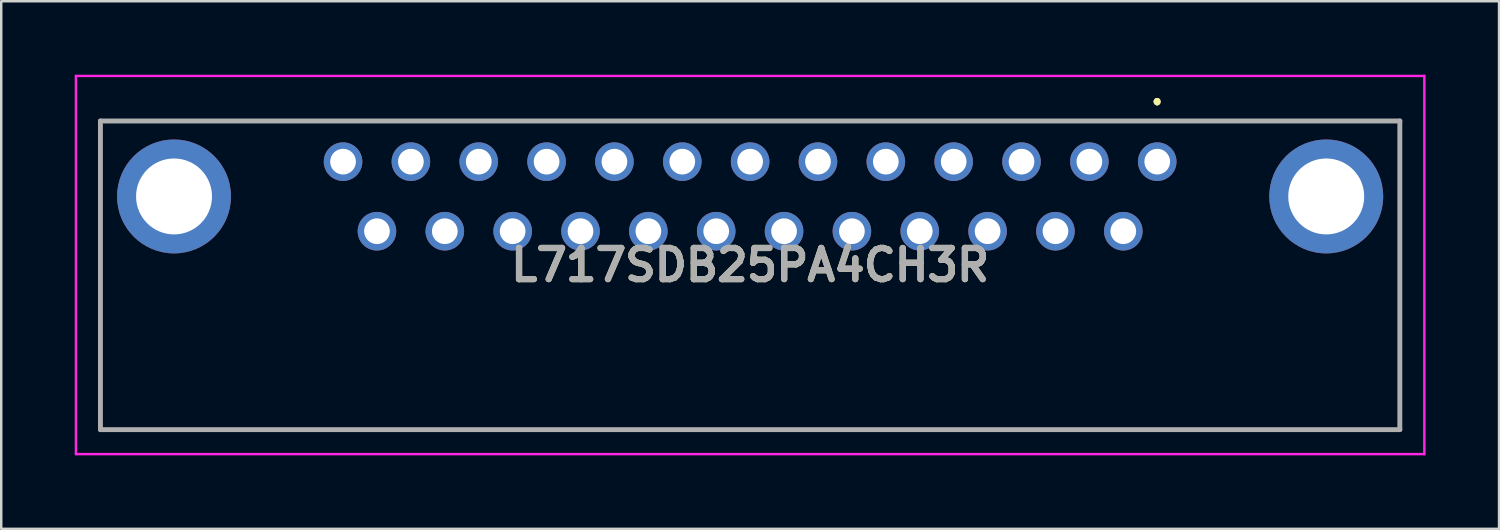
<source format=kicad_pcb>
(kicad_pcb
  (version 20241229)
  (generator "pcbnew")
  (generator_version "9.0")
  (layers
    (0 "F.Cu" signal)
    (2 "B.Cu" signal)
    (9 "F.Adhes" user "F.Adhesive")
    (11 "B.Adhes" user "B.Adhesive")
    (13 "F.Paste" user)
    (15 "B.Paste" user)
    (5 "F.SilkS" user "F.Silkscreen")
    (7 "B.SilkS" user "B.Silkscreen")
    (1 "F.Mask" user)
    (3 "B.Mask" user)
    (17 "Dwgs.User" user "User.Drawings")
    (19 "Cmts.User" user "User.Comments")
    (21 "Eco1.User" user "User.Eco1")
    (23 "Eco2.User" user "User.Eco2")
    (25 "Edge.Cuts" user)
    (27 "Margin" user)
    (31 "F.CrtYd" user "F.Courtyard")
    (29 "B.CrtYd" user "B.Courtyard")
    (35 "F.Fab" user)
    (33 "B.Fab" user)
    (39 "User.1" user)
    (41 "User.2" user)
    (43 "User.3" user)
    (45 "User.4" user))
  (footprint "L717SDB25PA4CH3R"
    (layer "F.Cu")
    (at 44.195 3.55)
    (property "Reference" "L717SDB25PA4CH3R" (at -16.62 4.22 0) (layer "F.SilkS") (effects (font (size 1.27 1.27) (thickness 0.254))))
    (attr through_hole)
    (fp_line (start -43.145 -1.66) (end 9.905 -1.66) (stroke (width 0.1) (type solid)) (layer "F.SilkS"))
    (fp_line (start -43.145 10.94) (end -43.145 -1.66) (stroke (width 0.1) (type solid)) (layer "F.SilkS"))
    (fp_line (start 0 -2.5) (end 0 -2.5) (stroke (width 0.2) (type solid)) (layer "F.SilkS"))
    (fp_line (start 0 -2.5) (end 0 -2.5) (stroke (width 0.2) (type solid)) (layer "F.SilkS"))
    (fp_line (start 0 -2.4) (end 0 -2.4) (stroke (width 0.2) (type solid)) (layer "F.SilkS"))
    (fp_line (start 9.905 -1.66) (end 9.905 10.94) (stroke (width 0.1) (type solid)) (layer "F.SilkS"))
    (fp_line (start 9.905 10.94) (end -43.145 10.94) (stroke (width 0.1) (type solid)) (layer "F.SilkS"))
    (fp_arc (start 0 -2.5) (mid 0.05 -2.45) (end 0 -2.4) (stroke (width 0.2) (type solid)) (layer "F.SilkS"))
    (fp_arc (start 0 -2.4) (mid -0.05 -2.45) (end 0 -2.5) (stroke (width 0.2) (type solid)) (layer "F.SilkS"))
    (fp_arc (start 0 -2.4) (mid -0.05 -2.45) (end 0 -2.5) (stroke (width 0.2) (type solid)) (layer "F.SilkS"))
    (fp_line (start -44.145 -3.5) (end 10.905 -3.5) (stroke (width 0.1) (type solid)) (layer "F.CrtYd"))
    (fp_line (start -44.145 11.94) (end -44.145 -3.5) (stroke (width 0.1) (type solid)) (layer "F.CrtYd"))
    (fp_line (start 10.905 -3.5) (end 10.905 11.94) (stroke (width 0.1) (type solid)) (layer "F.CrtYd"))
    (fp_line (start 10.905 11.94) (end -44.145 11.94) (stroke (width 0.1) (type solid)) (layer "F.CrtYd"))
    (fp_line (start -43.145 -1.66) (end 9.905 -1.66) (stroke (width 0.2) (type solid)) (layer "F.Fab"))
    (fp_line (start -43.145 10.94) (end -43.145 -1.66) (stroke (width 0.2) (type solid)) (layer "F.Fab"))
    (fp_line (start 9.905 -1.66) (end 9.905 10.94) (stroke (width 0.2) (type solid)) (layer "F.Fab"))
    (fp_line (start 9.905 10.94) (end -43.145 10.94) (stroke (width 0.2) (type solid)) (layer "F.Fab"))
    (fp_text user "${REFERENCE}" (at -16.62 4.22 0) (layer "F.Fab") (effects (font (size 1.27 1.27) (thickness 0.254))))
    (pad "1" thru_hole circle (at 0 0) (size 1.575 1.575) (drill 1.05) (layers "*.Cu" "*.Mask"))
    (pad "2" thru_hole circle (at -2.77 0) (size 1.575 1.575) (drill 1.05) (layers "*.Cu" "*.Mask"))
    (pad "3" thru_hole circle (at -5.54 0) (size 1.575 1.575) (drill 1.05) (layers "*.Cu" "*.Mask"))
    (pad "4" thru_hole circle (at -8.31 0) (size 1.575 1.575) (drill 1.05) (layers "*.Cu" "*.Mask"))
    (pad "5" thru_hole circle (at -11.08 0) (size 1.575 1.575) (drill 1.05) (layers "*.Cu" "*.Mask"))
    (pad "6" thru_hole circle (at -13.85 0) (size 1.575 1.575) (drill 1.05) (layers "*.Cu" "*.Mask"))
    (pad "7" thru_hole circle (at -16.62 0) (size 1.575 1.575) (drill 1.05) (layers "*.Cu" "*.Mask"))
    (pad "8" thru_hole circle (at -19.39 0) (size 1.575 1.575) (drill 1.05) (layers "*.Cu" "*.Mask"))
    (pad "9" thru_hole circle (at -22.16 0) (size 1.575 1.575) (drill 1.05) (layers "*.Cu" "*.Mask"))
    (pad "10" thru_hole circle (at -24.93 0) (size 1.575 1.575) (drill 1.05) (layers "*.Cu" "*.Mask"))
    (pad "11" thru_hole circle (at -27.7 0) (size 1.575 1.575) (drill 1.05) (layers "*.Cu" "*.Mask"))
    (pad "12" thru_hole circle (at -30.47 0) (size 1.575 1.575) (drill 1.05) (layers "*.Cu" "*.Mask"))
    (pad "13" thru_hole circle (at -33.24 0) (size 1.575 1.575) (drill 1.05) (layers "*.Cu" "*.Mask"))
    (pad "14" thru_hole circle (at -31.855 2.84) (size 1.575 1.575) (drill 1.05) (layers "*.Cu" "*.Mask"))
    (pad "15" thru_hole circle (at -29.085 2.84) (size 1.575 1.575) (drill 1.05) (layers "*.Cu" "*.Mask"))
    (pad "16" thru_hole circle (at -26.315 2.84) (size 1.575 1.575) (drill 1.05) (layers "*.Cu" "*.Mask"))
    (pad "17" thru_hole circle (at -23.545 2.84) (size 1.575 1.575) (drill 1.05) (layers "*.Cu" "*.Mask"))
    (pad "18" thru_hole circle (at -20.775 2.84) (size 1.575 1.575) (drill 1.05) (layers "*.Cu" "*.Mask"))
    (pad "19" thru_hole circle (at -18.005 2.84) (size 1.575 1.575) (drill 1.05) (layers "*.Cu" "*.Mask"))
    (pad "20" thru_hole circle (at -15.235 2.84) (size 1.575 1.575) (drill 1.05) (layers "*.Cu" "*.Mask"))
    (pad "21" thru_hole circle (at -12.465 2.84) (size 1.575 1.575) (drill 1.05) (layers "*.Cu" "*.Mask"))
    (pad "22" thru_hole circle (at -9.695 2.84) (size 1.575 1.575) (drill 1.05) (layers "*.Cu" "*.Mask"))
    (pad "23" thru_hole circle (at -6.925 2.84) (size 1.575 1.575) (drill 1.05) (layers "*.Cu" "*.Mask"))
    (pad "24" thru_hole circle (at -4.155 2.84) (size 1.575 1.575) (drill 1.05) (layers "*.Cu" "*.Mask"))
    (pad "25" thru_hole circle (at -1.385 2.84) (size 1.575 1.575) (drill 1.05) (layers "*.Cu" "*.Mask"))
    (pad "MH1" thru_hole circle (at 6.9 1.42) (size 4.65 4.65) (drill 3.1) (layers "*.Cu" "*.Mask"))
    (pad "MH2" thru_hole circle (at -40.14 1.42) (size 4.65 4.65) (drill 3.1) (layers "*.Cu" "*.Mask")))
  (gr_rect
    (start -3 -3)
    (end 58.15 18.54)
    (stroke (width 0.1) (type default))
    (fill no)
    (layer "Edge.Cuts")))
</source>
